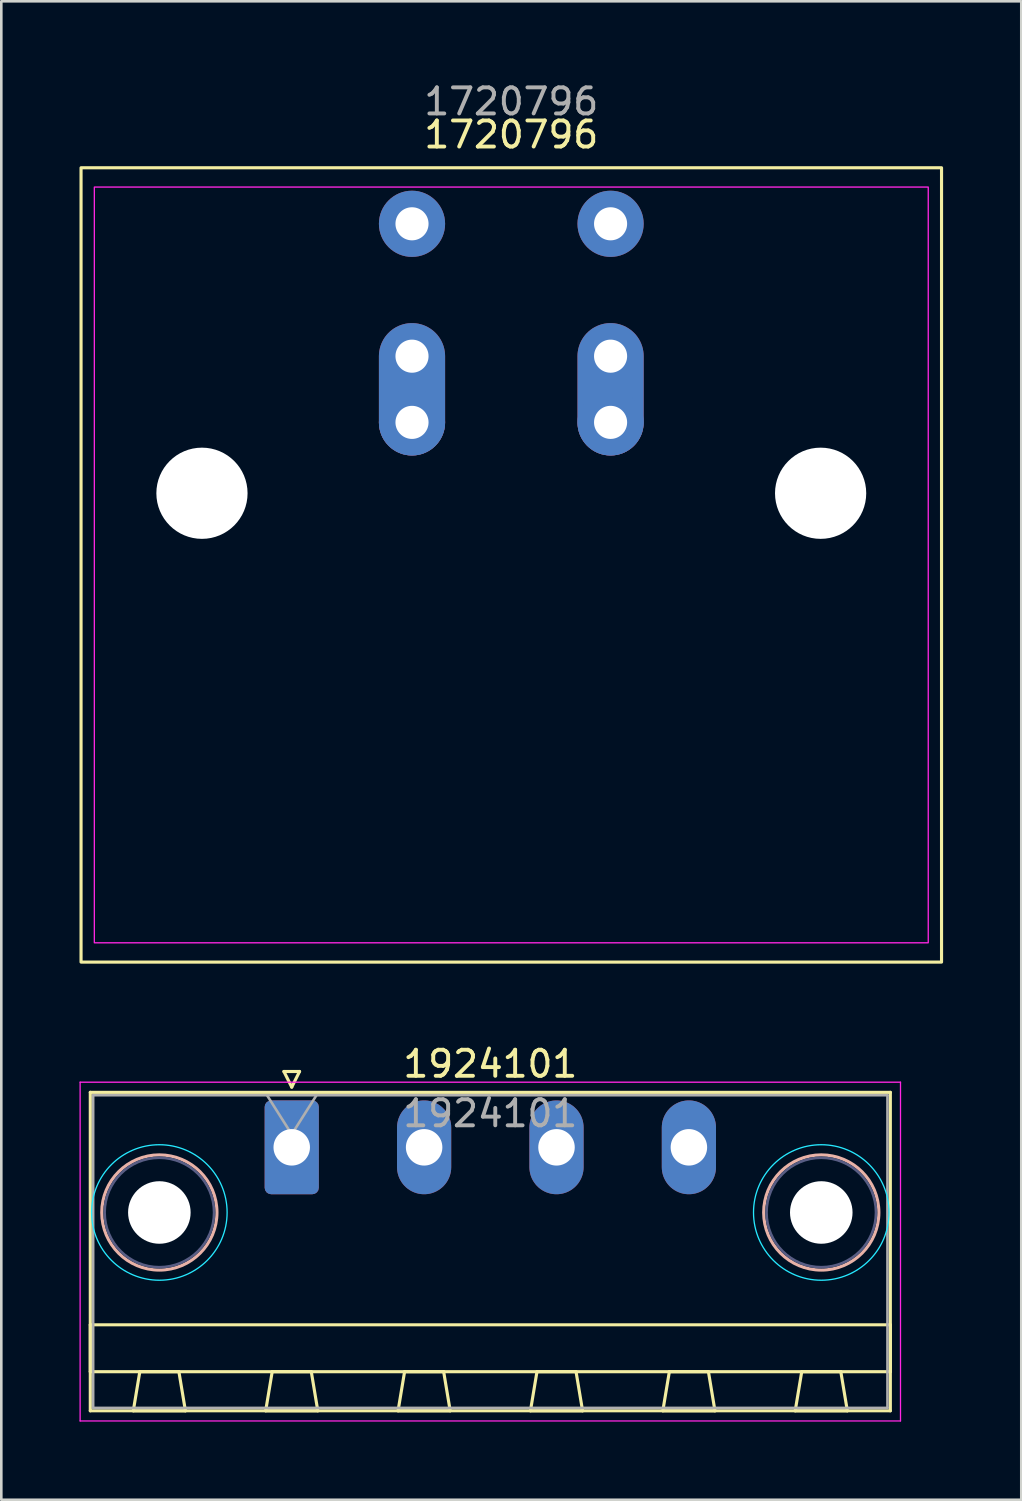
<source format=kicad_pcb>
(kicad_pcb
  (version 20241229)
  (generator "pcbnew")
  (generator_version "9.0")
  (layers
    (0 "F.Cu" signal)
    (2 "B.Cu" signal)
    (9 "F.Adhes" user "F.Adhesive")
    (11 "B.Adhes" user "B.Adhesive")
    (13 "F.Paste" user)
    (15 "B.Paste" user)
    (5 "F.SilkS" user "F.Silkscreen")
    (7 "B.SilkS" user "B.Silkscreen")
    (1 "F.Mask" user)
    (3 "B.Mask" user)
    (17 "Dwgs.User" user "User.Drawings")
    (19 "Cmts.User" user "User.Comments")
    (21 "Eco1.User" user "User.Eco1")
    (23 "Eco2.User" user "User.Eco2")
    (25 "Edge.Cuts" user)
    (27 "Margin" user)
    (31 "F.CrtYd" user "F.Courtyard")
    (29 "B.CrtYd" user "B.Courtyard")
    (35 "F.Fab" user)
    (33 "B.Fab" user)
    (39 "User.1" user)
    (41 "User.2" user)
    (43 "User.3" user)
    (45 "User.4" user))
  (footprint "1924101"
    (layer "F.Cu")
    (at 8.145 40.977)
    (property "Reference" "1924101" (at 7.62 -3.2 0) (layer "F.SilkS") (effects (font (size 1 1) (thickness 0.15))))
    (attr through_hole)
    (fp_line (start -7.73 -2.11) (end -7.73 10.11) (stroke (width 0.12) (type solid)) (layer "F.SilkS"))
    (fp_line (start -7.73 6.81) (end 22.97 6.81) (stroke (width 0.12) (type solid)) (layer "F.SilkS"))
    (fp_line (start -7.73 8.61) (end -7.73 6.81) (stroke (width 0.12) (type solid)) (layer "F.SilkS"))
    (fp_line (start -7.73 10.11) (end 22.97 10.11) (stroke (width 0.12) (type solid)) (layer "F.SilkS"))
    (fp_line (start -6.08 10.11) (end -4.08 10.11) (stroke (width 0.12) (type solid)) (layer "F.SilkS"))
    (fp_line (start -5.83 8.61) (end -6.08 10.11) (stroke (width 0.12) (type solid)) (layer "F.SilkS"))
    (fp_line (start -4.33 8.61) (end -5.83 8.61) (stroke (width 0.12) (type solid)) (layer "F.SilkS"))
    (fp_line (start -4.08 10.11) (end -4.33 8.61) (stroke (width 0.12) (type solid)) (layer "F.SilkS"))
    (fp_line (start -1 10.11) (end 1 10.11) (stroke (width 0.12) (type solid)) (layer "F.SilkS"))
    (fp_line (start -0.75 8.61) (end -1 10.11) (stroke (width 0.12) (type solid)) (layer "F.SilkS"))
    (fp_line (start -0.3 -2.91) (end 0.3 -2.91) (stroke (width 0.12) (type solid)) (layer "F.SilkS"))
    (fp_line (start 0 -2.31) (end -0.3 -2.91) (stroke (width 0.12) (type solid)) (layer "F.SilkS"))
    (fp_line (start 0.3 -2.91) (end 0 -2.31) (stroke (width 0.12) (type solid)) (layer "F.SilkS"))
    (fp_line (start 0.75 8.61) (end -0.75 8.61) (stroke (width 0.12) (type solid)) (layer "F.SilkS"))
    (fp_line (start 1 10.11) (end 0.75 8.61) (stroke (width 0.12) (type solid)) (layer "F.SilkS"))
    (fp_line (start 4.08 10.11) (end 6.08 10.11) (stroke (width 0.12) (type solid)) (layer "F.SilkS"))
    (fp_line (start 4.33 8.61) (end 4.08 10.11) (stroke (width 0.12) (type solid)) (layer "F.SilkS"))
    (fp_line (start 5.83 8.61) (end 4.33 8.61) (stroke (width 0.12) (type solid)) (layer "F.SilkS"))
    (fp_line (start 6.08 10.11) (end 5.83 8.61) (stroke (width 0.12) (type solid)) (layer "F.SilkS"))
    (fp_line (start 9.16 10.11) (end 11.16 10.11) (stroke (width 0.12) (type solid)) (layer "F.SilkS"))
    (fp_line (start 9.41 8.61) (end 9.16 10.11) (stroke (width 0.12) (type solid)) (layer "F.SilkS"))
    (fp_line (start 10.91 8.61) (end 9.41 8.61) (stroke (width 0.12) (type solid)) (layer "F.SilkS"))
    (fp_line (start 11.16 10.11) (end 10.91 8.61) (stroke (width 0.12) (type solid)) (layer "F.SilkS"))
    (fp_line (start 14.24 10.11) (end 16.24 10.11) (stroke (width 0.12) (type solid)) (layer "F.SilkS"))
    (fp_line (start 14.49 8.61) (end 14.24 10.11) (stroke (width 0.12) (type solid)) (layer "F.SilkS"))
    (fp_line (start 15.99 8.61) (end 14.49 8.61) (stroke (width 0.12) (type solid)) (layer "F.SilkS"))
    (fp_line (start 16.24 10.11) (end 15.99 8.61) (stroke (width 0.12) (type solid)) (layer "F.SilkS"))
    (fp_line (start 19.32 10.11) (end 21.32 10.11) (stroke (width 0.12) (type solid)) (layer "F.SilkS"))
    (fp_line (start 19.57 8.61) (end 19.32 10.11) (stroke (width 0.12) (type solid)) (layer "F.SilkS"))
    (fp_line (start 21.07 8.61) (end 19.57 8.61) (stroke (width 0.12) (type solid)) (layer "F.SilkS"))
    (fp_line (start 21.32 10.11) (end 21.07 8.61) (stroke (width 0.12) (type solid)) (layer "F.SilkS"))
    (fp_line (start 22.97 -2.11) (end -7.73 -2.11) (stroke (width 0.12) (type solid)) (layer "F.SilkS"))
    (fp_line (start 22.97 6.81) (end 22.97 8.61) (stroke (width 0.12) (type solid)) (layer "F.SilkS"))
    (fp_line (start 22.97 8.61) (end -7.73 8.61) (stroke (width 0.12) (type solid)) (layer "F.SilkS"))
    (fp_line (start 22.97 10.11) (end 22.97 -2.11) (stroke (width 0.12) (type solid)) (layer "F.SilkS"))
    (fp_circle (center -5.08 2.5) (end -2.87 2.5) (stroke (width 0.12) (type solid)) (fill no) (layer "B.SilkS"))
    (fp_circle (center 20.32 2.5) (end 22.53 2.5) (stroke (width 0.12) (type solid)) (fill no) (layer "B.SilkS"))
    (fp_circle (center -5.08 2.5) (end -2.48 2.5) (stroke (width 0.05) (type solid)) (fill no) (layer "B.CrtYd"))
    (fp_circle (center 20.32 2.5) (end 22.92 2.5) (stroke (width 0.05) (type solid)) (fill no) (layer "B.CrtYd"))
    (fp_line (start -8.12 -2.5) (end -8.12 10.5) (stroke (width 0.05) (type solid)) (layer "F.CrtYd"))
    (fp_line (start -8.12 10.5) (end 23.36 10.5) (stroke (width 0.05) (type solid)) (layer "F.CrtYd"))
    (fp_line (start 23.36 -2.5) (end -8.12 -2.5) (stroke (width 0.05) (type solid)) (layer "F.CrtYd"))
    (fp_line (start 23.36 10.5) (end 23.36 -2.5) (stroke (width 0.05) (type solid)) (layer "F.CrtYd"))
    (fp_circle (center -5.08 2.5) (end -2.98 2.5) (stroke (width 0.1) (type solid)) (fill no) (layer "B.Fab"))
    (fp_circle (center 20.32 2.5) (end 22.42 2.5) (stroke (width 0.1) (type solid)) (fill no) (layer "B.Fab"))
    (fp_line (start -7.62 -2) (end -7.62 10) (stroke (width 0.1) (type solid)) (layer "F.Fab"))
    (fp_line (start -7.62 10) (end 22.86 10) (stroke (width 0.1) (type solid)) (layer "F.Fab"))
    (fp_line (start 0 -0.5) (end -0.95 -2) (stroke (width 0.1) (type solid)) (layer "F.Fab"))
    (fp_line (start 0.95 -2) (end 0 -0.5) (stroke (width 0.1) (type solid)) (layer "F.Fab"))
    (fp_line (start 22.86 -2) (end -7.62 -2) (stroke (width 0.1) (type solid)) (layer "F.Fab"))
    (fp_line (start 22.86 10) (end 22.86 -2) (stroke (width 0.1) (type solid)) (layer "F.Fab"))
    (fp_text user "${REFERENCE}" (at 7.62 -1.3 0) (layer "F.Fab") (effects (font (size 1 1) (thickness 0.15))))
    (pad "" np_thru_hole circle (at -5.08 2.5) (size 2.4 2.4) (drill 2.4) (layers "*.Cu" "*.Mask"))
    (pad "" np_thru_hole circle (at 20.32 2.5) (size 2.4 2.4) (drill 2.4) (layers "*.Cu" "*.Mask"))
    (pad "1" thru_hole roundrect (at 0 0) (size 2.08 3.6) (drill 1.4) (layers "*.Cu" "*.Mask") (roundrect_rratio 0.12))
    (pad "2" thru_hole oval (at 5.08 0) (size 2.08 3.6) (drill 1.4) (layers "*.Cu" "*.Mask"))
    (pad "3" thru_hole oval (at 10.16 0) (size 2.08 3.6) (drill 1.4) (layers "*.Cu" "*.Mask"))
    (pad "4" thru_hole oval (at 15.24 0) (size 2.08 3.6) (drill 1.4) (layers "*.Cu" "*.Mask")))
  (footprint "1720796"
    (layer "F.Cu")
    (at 16.57 18.628)
    (property "Reference" "1720796" (at 0 -16.51 0) (unlocked yes) (layer "F.SilkS") (effects (font (size 1 1) (thickness 0.15))))
    (attr through_hole)
    (fp_rect (start -16.51 -15.24) (end 16.51 15.24) (stroke (width 0.12) (type default)) (fill no) (layer "F.SilkS"))
    (fp_rect (start -16 -14.5) (end 16 14.5) (stroke (width 0.05) (type default)) (fill no) (layer "F.CrtYd"))
    (fp_text user "${REFERENCE}" (at 0 -17.78 0) (unlocked yes) (layer "F.Fab") (effects (font (size 1 1) (thickness 0.15))))
    (pad "" np_thru_hole circle (at -11.87 -2.75) (size 3.5 3.5) (drill 3.5) (layers "*.Cu" "*.Mask"))
    (pad "" np_thru_hole circle (at 11.87 -2.75) (size 3.5 3.5) (drill 3.5) (layers "*.Cu" "*.Mask"))
    (pad "1" thru_hole circle (at -3.81 -13.09) (size 2.54 2.54) (drill 1.27) (layers "*.Cu" "*.Mask"))
    (pad "1" thru_hole oval (at -3.81 -8.01) (size 2.54 5.08) (drill 1.27 (offset 0 1.27)) (layers "*.Cu" "*.Mask"))
    (pad "1" thru_hole circle (at -3.81 -5.47) (size 2.54 2.54) (drill 1.27) (layers "*.Cu" "*.Mask"))
    (pad "2" thru_hole circle (at 3.81 -13.09) (size 2.54 2.54) (drill 1.27) (layers "*.Cu" "*.Mask"))
    (pad "2" thru_hole oval (at 3.81 -8.01) (size 2.54 5.08) (drill 1.27 (offset 0 1.27)) (layers "*.Cu" "*.Mask"))
    (pad "2" thru_hole circle (at 3.81 -5.47) (size 2.54 2.54) (drill 1.27) (layers "*.Cu" "*.Mask")))
  (gr_rect
    (start -3 -3)
    (end 36.14 54.502)
    (stroke (width 0.1) (type default))
    (fill no)
    (layer "Edge.Cuts")))
</source>
